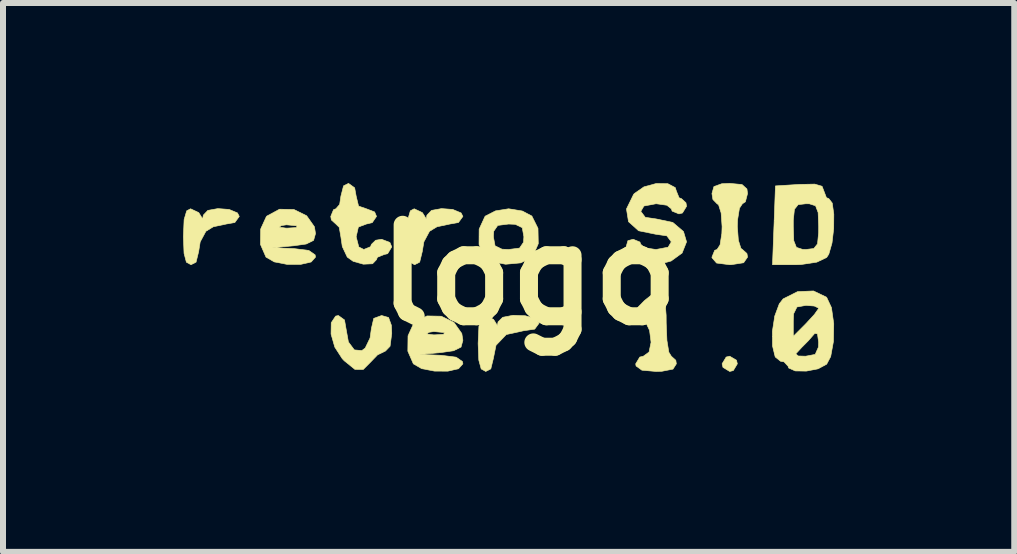
<source format=kicad_pcb>
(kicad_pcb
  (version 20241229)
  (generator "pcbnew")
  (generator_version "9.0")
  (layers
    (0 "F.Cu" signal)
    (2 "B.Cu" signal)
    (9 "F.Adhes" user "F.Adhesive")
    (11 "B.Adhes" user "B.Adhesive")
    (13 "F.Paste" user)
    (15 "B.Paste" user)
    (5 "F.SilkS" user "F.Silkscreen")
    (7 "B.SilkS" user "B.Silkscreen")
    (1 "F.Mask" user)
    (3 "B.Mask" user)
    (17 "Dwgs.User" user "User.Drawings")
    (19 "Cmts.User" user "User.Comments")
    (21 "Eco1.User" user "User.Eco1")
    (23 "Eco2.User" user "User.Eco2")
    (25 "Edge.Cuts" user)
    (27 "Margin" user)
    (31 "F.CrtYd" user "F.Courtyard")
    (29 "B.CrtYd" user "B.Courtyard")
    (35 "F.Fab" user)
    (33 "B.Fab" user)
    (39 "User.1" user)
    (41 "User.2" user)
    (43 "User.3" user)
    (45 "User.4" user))
  (footprint "logo"
    (layer "F.Cu")
    (at 5.762 1.529)
    (property "Reference" "logo" (at 0 0 0) (layer "F.SilkS") (effects (font (size 1.524 1.524) (thickness 0.3))))
    (attr through_hole)
    (fp_poly (pts (xy 3.457 1.422) (xy 3.471 1.482) (xy 3.404 1.594) (xy 3.344 1.609) (xy 3.232 1.541) (xy 3.217 1.482) (xy 3.285 1.369) (xy 3.344 1.355) (xy 3.457 1.422)) (stroke (width 0.01) (type solid)) (fill yes) (layer "F.SilkS"))
    (fp_poly (pts (xy -0.061 0.681) (xy 0.105 0.727) (xy 0.169 0.804) (xy 0.095 0.904) (xy -0.091 0.931) (xy -0.378 0.994) (xy -0.549 1.173) (xy -0.593 1.391) (xy -0.636 1.566) (xy -0.72 1.609) (xy -0.796 1.567) (xy -0.836 1.42) (xy -0.847 1.143) (xy -0.834 0.857) (xy -0.791 0.711) (xy -0.727 0.677) (xy -0.591 0.741) (xy -0.564 0.783) (xy -0.526 0.846) (xy -0.515 0.783) (xy -0.438 0.707) (xy -0.265 0.673) (xy -0.061 0.681)) (stroke (width 0.01) (type solid)) (fill yes) (layer "F.SilkS"))
    (fp_poly (pts (xy -4.995 -1.09) (xy -4.856 -1.032) (xy -4.826 -0.974) (xy -4.9 -0.872) (xy -5.044 -0.847) (xy -5.259 -0.801) (xy -5.382 -0.726) (xy -5.477 -0.55) (xy -5.503 -0.387) (xy -5.546 -0.212) (xy -5.63 -0.169) (xy -5.707 -0.211) (xy -5.746 -0.358) (xy -5.757 -0.635) (xy -5.745 -0.921) (xy -5.702 -1.067) (xy -5.637 -1.101) (xy -5.501 -1.037) (xy -5.475 -0.995) (xy -5.436 -0.932) (xy -5.425 -0.995) (xy -5.35 -1.074) (xy -5.183 -1.104) (xy -4.995 -1.09)) (stroke (width 0.01) (type solid)) (fill yes) (layer "F.SilkS"))
    (fp_poly (pts (xy -1.27 -1.09) (xy -1.131 -1.032) (xy -1.101 -0.974) (xy -1.175 -0.872) (xy -1.318 -0.847) (xy -1.533 -0.801) (xy -1.657 -0.726) (xy -1.751 -0.55) (xy -1.778 -0.387) (xy -1.821 -0.212) (xy -1.905 -0.169) (xy -1.982 -0.211) (xy -2.021 -0.358) (xy -2.032 -0.635) (xy -2.019 -0.921) (xy -1.976 -1.067) (xy -1.912 -1.101) (xy -1.776 -1.037) (xy -1.749 -0.995) (xy -1.711 -0.932) (xy -1.7 -0.995) (xy -1.624 -1.074) (xy -1.457 -1.104) (xy -1.27 -1.09)) (stroke (width 0.01) (type solid)) (fill yes) (layer "F.SilkS"))
    (fp_poly (pts (xy 2.263 0.4) (xy 2.285 0.673) (xy 2.286 0.804) (xy 2.298 1.092) (xy 2.33 1.289) (xy 2.371 1.355) (xy 2.446 1.423) (xy 2.455 1.482) (xy 2.399 1.57) (xy 2.214 1.606) (xy 2.117 1.609) (xy 1.881 1.588) (xy 1.784 1.518) (xy 1.778 1.482) (xy 1.846 1.369) (xy 1.905 1.355) (xy 2 1.286) (xy 2.034 1.123) (xy 2.009 0.926) (xy 1.929 0.757) (xy 1.884 0.714) (xy 1.791 0.627) (xy 1.811 0.543) (xy 1.923 0.429) (xy 2.095 0.292) (xy 2.204 0.278) (xy 2.263 0.4)) (stroke (width 0.01) (type solid)) (fill yes) (layer "F.SilkS"))
    (fp_poly (pts (xy -2.339 0.71) (xy -2.292 0.84) (xy -2.286 0.974) (xy -2.314 1.189) (xy -2.392 1.27) (xy -2.394 1.27) (xy -2.523 1.333) (xy -2.625 1.439) (xy -2.761 1.576) (xy -2.899 1.575) (xy -3.078 1.43) (xy -3.111 1.395) (xy -3.235 1.203) (xy -3.297 0.986) (xy -3.294 0.797) (xy -3.221 0.687) (xy -3.175 0.677) (xy -3.073 0.751) (xy -3.048 0.895) (xy -3.008 1.118) (xy -2.909 1.25) (xy -2.784 1.261) (xy -2.728 1.219) (xy -2.647 1.051) (xy -2.625 0.893) (xy -2.586 0.725) (xy -2.455 0.677) (xy -2.339 0.71)) (stroke (width 0.01) (type solid)) (fill yes) (layer "F.SilkS"))
    (fp_poly (pts (xy -0.111 -1.064) (xy 0.048 -0.98) (xy 0.15 -0.775) (xy 0.155 -0.52) (xy 0.063 -0.306) (xy 0.048 -0.29) (xy -0.137 -0.2) (xy -0.389 -0.177) (xy -0.626 -0.222) (xy -0.741 -0.296) (xy -0.832 -0.507) (xy -0.831 -0.635) (xy -0.593 -0.635) (xy -0.565 -0.484) (xy -0.449 -0.428) (xy -0.339 -0.423) (xy -0.157 -0.446) (xy -0.091 -0.543) (xy -0.085 -0.635) (xy -0.112 -0.786) (xy -0.228 -0.842) (xy -0.339 -0.847) (xy -0.52 -0.824) (xy -0.587 -0.727) (xy -0.593 -0.635) (xy -0.831 -0.635) (xy -0.83 -0.762) (xy -0.734 -0.971) (xy -0.726 -0.98) (xy -0.558 -1.066) (xy -0.339 -1.101) (xy -0.111 -1.064)) (stroke (width 0.01) (type solid)) (fill yes) (layer "F.SilkS"))
    (fp_poly (pts (xy 3.549 -1.505) (xy 3.631 -1.431) (xy 3.641 -1.355) (xy 3.605 -1.217) (xy 3.556 -1.185) (xy 3.506 -1.11) (xy 3.475 -0.918) (xy 3.471 -0.804) (xy 3.488 -0.577) (xy 3.531 -0.441) (xy 3.556 -0.423) (xy 3.631 -0.355) (xy 3.641 -0.296) (xy 3.576 -0.202) (xy 3.371 -0.17) (xy 3.344 -0.169) (xy 3.125 -0.197) (xy 3.049 -0.285) (xy 3.048 -0.296) (xy 3.094 -0.409) (xy 3.133 -0.423) (xy 3.183 -0.499) (xy 3.213 -0.69) (xy 3.217 -0.804) (xy 3.201 -1.032) (xy 3.158 -1.168) (xy 3.133 -1.185) (xy 3.064 -1.256) (xy 3.048 -1.355) (xy 3.081 -1.471) (xy 3.211 -1.518) (xy 3.344 -1.524) (xy 3.549 -1.505)) (stroke (width 0.01) (type solid)) (fill yes) (layer "F.SilkS"))
    (fp_poly (pts (xy -3.916 -1.089) (xy -3.704 -0.985) (xy -3.574 -0.801) (xy -3.556 -0.688) (xy -3.588 -0.575) (xy -3.711 -0.514) (xy -3.916 -0.485) (xy -4.276 -0.453) (xy -3.916 -0.438) (xy -3.668 -0.407) (xy -3.563 -0.334) (xy -3.556 -0.296) (xy -3.628 -0.215) (xy -3.806 -0.174) (xy -4.031 -0.175) (xy -4.243 -0.216) (xy -4.381 -0.296) (xy -4.473 -0.507) (xy -4.47 -0.762) (xy -4.456 -0.794) (xy -4.16 -0.794) (xy -4.048 -0.779) (xy -4.022 -0.779) (xy -3.877 -0.788) (xy -3.864 -0.814) (xy -3.872 -0.818) (xy -4.04 -0.834) (xy -4.126 -0.821) (xy -4.16 -0.794) (xy -4.456 -0.794) (xy -4.375 -0.971) (xy -4.366 -0.98) (xy -4.155 -1.094) (xy -3.916 -1.089)) (stroke (width 0.01) (type solid)) (fill yes) (layer "F.SilkS"))
    (fp_poly (pts (xy -1.46 0.689) (xy -1.249 0.793) (xy -1.119 0.977) (xy -1.101 1.09) (xy -1.132 1.203) (xy -1.256 1.264) (xy -1.46 1.293) (xy -1.82 1.325) (xy -1.46 1.34) (xy -1.213 1.371) (xy -1.108 1.444) (xy -1.101 1.482) (xy -1.173 1.563) (xy -1.351 1.604) (xy -1.575 1.603) (xy -1.788 1.562) (xy -1.926 1.482) (xy -2.018 1.271) (xy -2.015 1.016) (xy -2.001 0.984) (xy -1.705 0.984) (xy -1.593 0.999) (xy -1.566 0.999) (xy -1.422 0.99) (xy -1.409 0.964) (xy -1.417 0.96) (xy -1.585 0.944) (xy -1.671 0.957) (xy -1.705 0.984) (xy -2.001 0.984) (xy -1.92 0.807) (xy -1.911 0.798) (xy -1.699 0.684) (xy -1.46 0.689)) (stroke (width 0.01) (type solid)) (fill yes) (layer "F.SilkS"))
    (fp_poly (pts (xy 4.882 -1.476) (xy 4.911 -1.402) (xy 4.955 -1.286) (xy 4.995 -1.27) (xy 5.052 -1.196) (xy 5.078 -1.011) (xy 5.076 -0.771) (xy 5.048 -0.531) (xy 4.995 -0.346) (xy 4.959 -0.29) (xy 4.795 -0.212) (xy 4.531 -0.172) (xy 4.447 -0.169) (xy 4.057 -0.169) (xy 4.081 -0.804) (xy 4.403 -0.804) (xy 4.411 -0.569) (xy 4.455 -0.458) (xy 4.557 -0.425) (xy 4.614 -0.423) (xy 4.745 -0.439) (xy 4.807 -0.517) (xy 4.825 -0.702) (xy 4.826 -0.804) (xy 4.817 -1.039) (xy 4.774 -1.151) (xy 4.671 -1.184) (xy 4.614 -1.185) (xy 4.484 -1.17) (xy 4.422 -1.092) (xy 4.403 -0.907) (xy 4.403 -0.804) (xy 4.081 -0.804) (xy 4.082 -0.826) (xy 4.106 -1.482) (xy 4.508 -1.507) (xy 4.76 -1.512) (xy 4.882 -1.476)) (stroke (width 0.01) (type solid)) (fill yes) (layer "F.SilkS"))
    (fp_poly (pts (xy -2.904 -1.45) (xy -2.879 -1.312) (xy -2.839 -1.146) (xy -2.709 -1.101) (xy -2.571 -1.048) (xy -2.54 -0.974) (xy -2.611 -0.87) (xy -2.709 -0.847) (xy -2.842 -0.797) (xy -2.879 -0.635) (xy -2.835 -0.465) (xy -2.752 -0.423) (xy -2.639 -0.469) (xy -2.625 -0.508) (xy -2.554 -0.577) (xy -2.455 -0.593) (xy -2.317 -0.54) (xy -2.286 -0.466) (xy -2.354 -0.353) (xy -2.413 -0.339) (xy -2.526 -0.293) (xy -2.54 -0.254) (xy -2.606 -0.185) (xy -2.759 -0.178) (xy -2.929 -0.226) (xy -3.027 -0.296) (xy -3.11 -0.472) (xy -3.133 -0.631) (xy -3.161 -0.792) (xy -3.217 -0.847) (xy -3.292 -0.915) (xy -3.302 -0.974) (xy -3.256 -1.086) (xy -3.217 -1.101) (xy -3.154 -1.173) (xy -3.133 -1.312) (xy -3.089 -1.483) (xy -3.006 -1.524) (xy -2.904 -1.45)) (stroke (width 0.01) (type solid)) (fill yes) (layer "F.SilkS"))
    (fp_poly (pts (xy 2.313 -1.519) (xy 2.437 -1.454) (xy 2.455 -1.397) (xy 2.501 -1.284) (xy 2.54 -1.27) (xy 2.615 -1.201) (xy 2.625 -1.143) (xy 2.557 -1.031) (xy 2.498 -1.016) (xy 2.385 -1.062) (xy 2.371 -1.101) (xy 2.297 -1.16) (xy 2.12 -1.185) (xy 2.117 -1.185) (xy 1.915 -1.147) (xy 1.863 -1.058) (xy 1.937 -0.959) (xy 2.123 -0.931) (xy 2.395 -0.874) (xy 2.574 -0.722) (xy 2.625 -0.55) (xy 2.551 -0.364) (xy 2.368 -0.231) (xy 2.129 -0.167) (xy 1.89 -0.188) (xy 1.714 -0.296) (xy 1.617 -0.462) (xy 1.648 -0.57) (xy 1.736 -0.593) (xy 1.848 -0.547) (xy 1.863 -0.508) (xy 1.936 -0.449) (xy 2.114 -0.423) (xy 2.117 -0.423) (xy 2.318 -0.461) (xy 2.371 -0.55) (xy 2.297 -0.65) (xy 2.111 -0.677) (xy 1.826 -0.735) (xy 1.658 -0.886) (xy 1.624 -1.098) (xy 1.742 -1.339) (xy 1.754 -1.354) (xy 1.915 -1.466) (xy 2.12 -1.522) (xy 2.313 -1.519)) (stroke (width 0.01) (type solid)) (fill yes) (layer "F.SilkS"))
    (fp_poly (pts (xy 4.955 0.371) (xy 4.959 0.375) (xy 5.039 0.546) (xy 5.077 0.814) (xy 5.072 1.108) (xy 5.026 1.361) (xy 4.959 1.488) (xy 4.816 1.565) (xy 4.62 1.603) (xy 4.435 1.6) (xy 4.326 1.551) (xy 4.318 1.524) (xy 4.249 1.449) (xy 4.191 1.439) (xy 4.102 1.367) (xy 4.089 1.315) (xy 4.445 1.315) (xy 4.485 1.351) (xy 4.608 1.355) (xy 4.768 1.325) (xy 4.822 1.203) (xy 4.825 1.122) (xy 4.806 0.983) (xy 4.761 0.974) (xy 4.761 0.974) (xy 4.654 1.097) (xy 4.545 1.207) (xy 4.445 1.315) (xy 4.089 1.315) (xy 4.057 1.183) (xy 4.055 0.94) (xy 4.082 0.766) (xy 4.403 0.766) (xy 4.403 1.024) (xy 4.614 0.812) (xy 4.755 0.659) (xy 4.824 0.561) (xy 4.826 0.554) (xy 4.753 0.519) (xy 4.614 0.508) (xy 4.464 0.535) (xy 4.408 0.649) (xy 4.403 0.766) (xy 4.082 0.766) (xy 4.093 0.689) (xy 4.17 0.482) (xy 4.234 0.4) (xy 4.475 0.279) (xy 4.74 0.268) (xy 4.955 0.371)) (stroke (width 0.01) (type solid)) (fill yes) (layer "F.SilkS")))
  (gr_rect
    (start -3 -3)
    (end 13.846 6.143)
    (stroke (width 0.1) (type default))
    (fill no)
    (layer "Edge.Cuts")))
</source>
